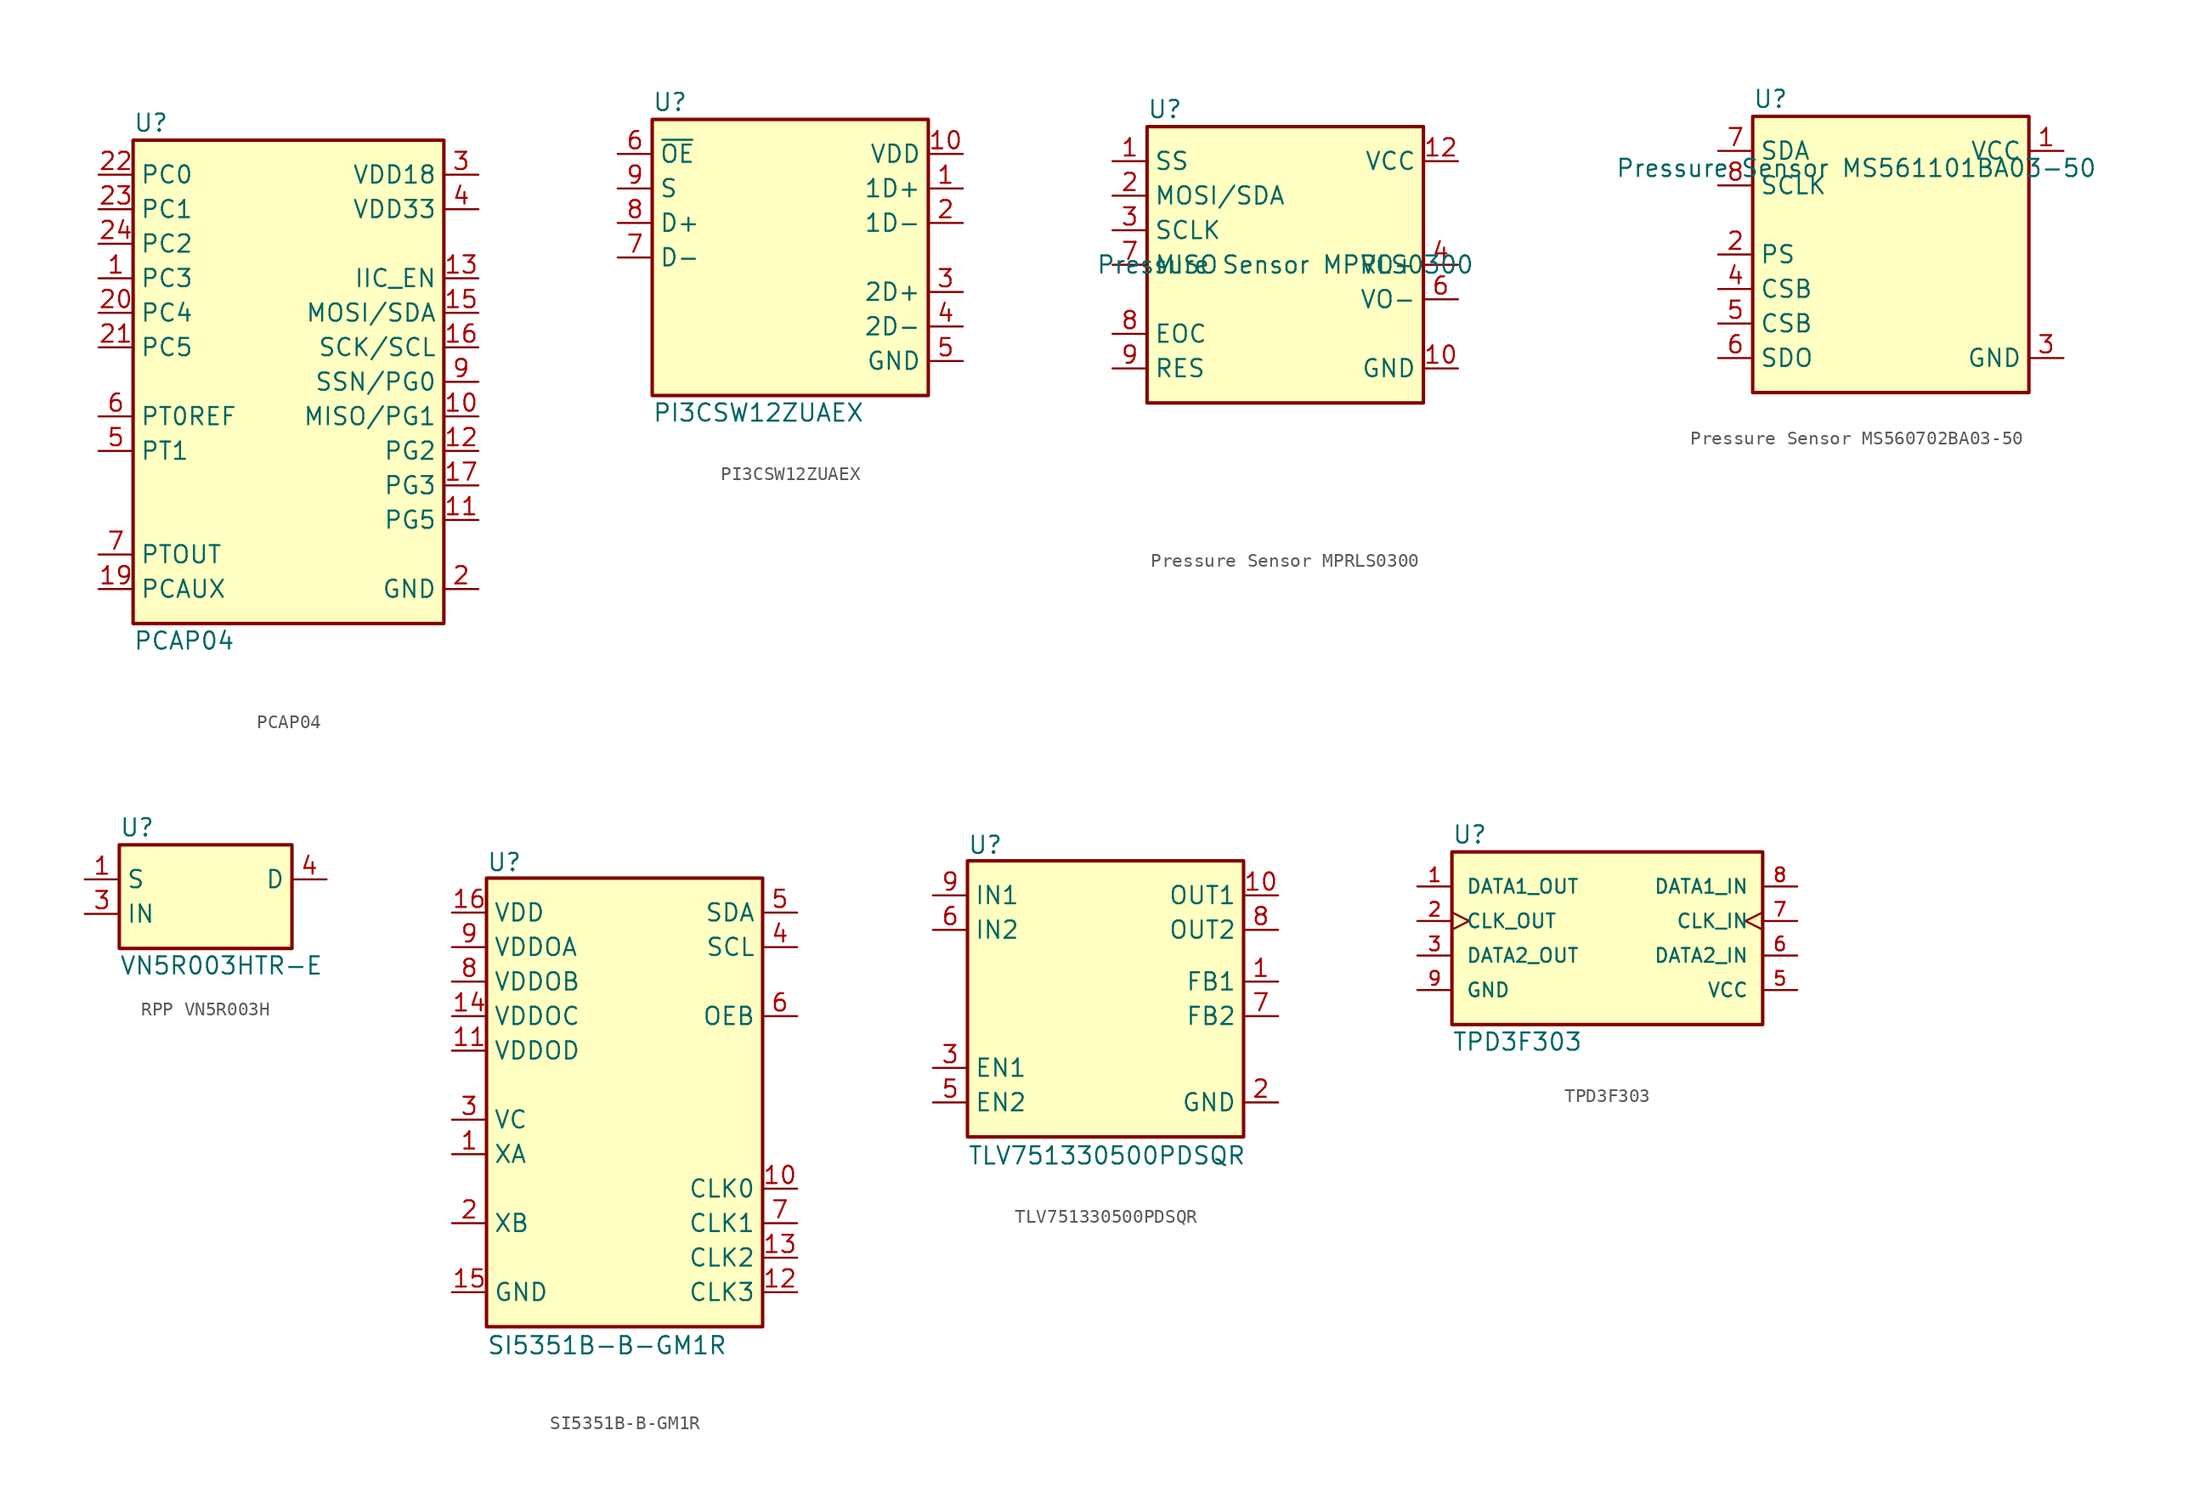
<source format=kicad_sym>
(kicad_symbol_lib
  (version 20241209)
  (generator "kicad_symbol_editor")
  (generator_version "9.0")
  (symbol "PCAP04"
    (property "Reference" "U"
      (at -11.43 19.05 0)
      (do_not_autoplace)
      (effects (font (size 1.27 1.27)) (justify left)))
    (property "Value" "PCAP04"
      (at -11.43 -19.05 0)
      (do_not_autoplace)
      (effects (font (size 1.27 1.27)) (justify left)))
    (symbol "PCAP04_0_1"
      (rectangle (start -11.43 17.78) (end 11.43 -17.78) (stroke (width 0.254) (type default)) (fill (type background))))
    (symbol "PCAP04_1_0"
      (pin input line (at -13.97 12.7 0) (length 2.54) (name "PC1" (effects (font (size 1.27 1.27)))) (number "23" (effects (font (size 1.27 1.27)))))
      (pin input line (at -13.97 10.16 0) (length 2.54) (name "PC2" (effects (font (size 1.27 1.27)))) (number "24" (effects (font (size 1.27 1.27)))))
      (pin input line (at -13.97 7.62 0) (length 2.54) (name "PC3" (effects (font (size 1.27 1.27)))) (number "1" (effects (font (size 1.27 1.27)))))
      (pin input line (at -13.97 5.08 0) (length 2.54) (name "PC4" (effects (font (size 1.27 1.27)))) (number "20" (effects (font (size 1.27 1.27)))))
      (pin input line (at -13.97 2.54 0) (length 2.54) (name "PC5" (effects (font (size 1.27 1.27)))) (number "21" (effects (font (size 1.27 1.27)))))
      (pin input line (at -13.97 -2.54 0) (length 2.54) (name "PT0REF" (effects (font (size 1.27 1.27)))) (number "6" (effects (font (size 1.27 1.27)))))
      (pin input line (at -13.97 -5.08 0) (length 2.54) (name "PT1" (effects (font (size 1.27 1.27)))) (number "5" (effects (font (size 1.27 1.27)))))
      (pin output line (at -13.97 -12.7 0) (length 2.54) (name "PTOUT" (effects (font (size 1.27 1.27)))) (number "7" (effects (font (size 1.27 1.27)))))
      (pin passive line (at -13.97 -15.24 0) (length 2.54) (name "PCAUX" (effects (font (size 1.27 1.27)))) (number "19" (effects (font (size 1.27 1.27)))))
      (pin power_in line (at 13.97 15.24 180) (length 2.54) (name "VDD18" (effects (font (size 1.27 1.27)))) (number "3" (effects (font (size 1.27 1.27)))))
      (pin power_in line (at 13.97 12.7 180) (length 2.54) (hide yes) (name "VDD33" (effects (font (size 1.27 1.27)))) (number "14" (effects (font (size 1.27 1.27)))))
      (pin power_in line (at 13.97 12.7 180) (length 2.54) (name "VDD33" (effects (font (size 1.27 1.27)))) (number "4" (effects (font (size 1.27 1.27)))))
      (pin input line (at 13.97 7.62 180) (length 2.54) (name "IIC_EN" (effects (font (size 1.27 1.27)))) (number "13" (effects (font (size 1.27 1.27)))))
      (pin bidirectional line (at 13.97 5.08 180) (length 2.54) (name "MOSI/SDA" (effects (font (size 1.27 1.27)))) (number "15" (effects (font (size 1.27 1.27)))))
      (pin input line (at 13.97 2.54 180) (length 2.54) (name "SCK/SCL" (effects (font (size 1.27 1.27)))) (number "16" (effects (font (size 1.27 1.27)))))
      (pin bidirectional line (at 13.97 0 180) (length 2.54) (name "SSN/PG0" (effects (font (size 1.27 1.27)))) (number "9" (effects (font (size 1.27 1.27)))))
      (pin bidirectional line (at 13.97 -2.54 180) (length 2.54) (name "MISO/PG1" (effects (font (size 1.27 1.27)))) (number "10" (effects (font (size 1.27 1.27)))))
      (pin bidirectional line (at 13.97 -5.08 180) (length 2.54) (name "PG2" (effects (font (size 1.27 1.27)))) (number "12" (effects (font (size 1.27 1.27)))))
      (pin bidirectional line (at 13.97 -7.62 180) (length 2.54) (name "PG3" (effects (font (size 1.27 1.27)))) (number "17" (effects (font (size 1.27 1.27)))))
      (pin bidirectional line (at 13.97 -10.16 180) (length 2.54) (name "PG5" (effects (font (size 1.27 1.27)))) (number "11" (effects (font (size 1.27 1.27)))))
      (pin power_in line (at 13.97 -15.24 180) (length 2.54) (name "GND" (effects (font (size 1.27 1.27)))) (number "2" (effects (font (size 1.27 1.27)))))
      (pin power_in line (at 13.97 -15.24 180) (length 2.54) (hide yes) (name "GND" (effects (font (size 1.27 1.27)))) (number "8" (effects (font (size 1.27 1.27))))))
    (symbol "PCAP04_1_1"
      (pin input line (at -13.97 15.24 0) (length 2.54) (name "PC0" (effects (font (size 1.27 1.27)))) (number "22" (effects (font (size 1.27 1.27)))))))
  (symbol "PI3CSW12ZUAEX"
    (property "Reference" "U"
      (at -10.16 11.43 0)
      (do_not_autoplace)
      (effects (font (size 1.27 1.27)) (justify left)))
    (property "Value" "PI3CSW12ZUAEX"
      (at -10.16 -11.43 0)
      (do_not_autoplace)
      (effects (font (size 1.27 1.27)) (justify left)))
    (symbol "PI3CSW12ZUAEX_0_0"
      (rectangle (start -10.16 10.16) (end 10.16 -10.16) (stroke (width 0.254) (type default)) (fill (type background))))
    (symbol "PI3CSW12ZUAEX_1_1"
      (pin input line (at -12.7 7.62 0) (length 2.54) (name "~{OE}" (effects (font (size 1.27 1.27)))) (number "6" (effects (font (size 1.27 1.27)))))
      (pin input line (at -12.7 5.08 0) (length 2.54) (name "S" (effects (font (size 1.27 1.27)))) (number "9" (effects (font (size 1.27 1.27)))))
      (pin bidirectional line (at -12.7 2.54 0) (length 2.54) (name "D+" (effects (font (size 1.27 1.27)))) (number "8" (effects (font (size 1.27 1.27)))))
      (pin bidirectional line (at -12.7 0 0) (length 2.54) (name "D-" (effects (font (size 1.27 1.27)))) (number "7" (effects (font (size 1.27 1.27)))))
      (pin power_in line (at 12.7 7.62 180) (length 2.54) (name "VDD" (effects (font (size 1.27 1.27)))) (number "10" (effects (font (size 1.27 1.27)))))
      (pin bidirectional line (at 12.7 5.08 180) (length 2.54) (name "1D+" (effects (font (size 1.27 1.27)))) (number "1" (effects (font (size 1.27 1.27)))))
      (pin bidirectional line (at 12.7 2.54 180) (length 2.54) (name "1D-" (effects (font (size 1.27 1.27)))) (number "2" (effects (font (size 1.27 1.27)))))
      (pin bidirectional line (at 12.7 -2.54 180) (length 2.54) (name "2D+" (effects (font (size 1.27 1.27)))) (number "3" (effects (font (size 1.27 1.27)))))
      (pin bidirectional line (at 12.7 -5.08 180) (length 2.54) (name "2D-" (effects (font (size 1.27 1.27)))) (number "4" (effects (font (size 1.27 1.27)))))
      (pin passive line (at 12.7 -7.62 180) (length 2.54) (name "GND" (effects (font (size 1.27 1.27)))) (number "5" (effects (font (size 1.27 1.27)))))))
  (symbol "Pressure Sensor MPRLS0300"
    (property "Reference" "U"
      (at -10.16 11.43 0)
      (effects (font (size 1.27 1.27)) (justify left)))
    (property "Value" "Pressure Sensor MPRLS0300"
      (at 0 0 0)
      (effects (font (size 1.27 1.27))))
    (symbol "Pressure Sensor MPRLS0300_1_0"
      (pin bidirectional line (at -12.7 5.08 0) (length 2.54) (name "MOSI/SDA" (effects (font (size 1.27 1.27)))) (number "2" (effects (font (size 1.27 1.27)))))
      (pin input line (at -12.7 2.54 0) (length 2.54) (name "SCLK" (effects (font (size 1.27 1.27)))) (number "3" (effects (font (size 1.27 1.27)))))
      (pin output line (at -12.7 0 0) (length 2.54) (name "MISO" (effects (font (size 1.27 1.27)))) (number "7" (effects (font (size 1.27 1.27)))))
      (pin output line (at -12.7 -5.08 0) (length 2.54) (name "EOC" (effects (font (size 1.27 1.27)))) (number "8" (effects (font (size 1.27 1.27)))))
      (pin input line (at -12.7 -7.62 0) (length 2.54) (name "RES" (effects (font (size 1.27 1.27)))) (number "9" (effects (font (size 1.27 1.27)))))
      (pin no_connect line (at 0 -15.875 0) (length 2.54) (hide yes) (name "NC" (effects (font (size 1.27 1.27)))) (number "5" (effects (font (size 1.27 1.27)))))
      (pin no_connect line (at 0 -17.78 0) (length 2.54) (hide yes) (name "NC" (effects (font (size 1.27 1.27)))) (number "11" (effects (font (size 1.27 1.27)))))
      (pin power_in line (at 12.7 7.62 180) (length 2.54) (name "VCC" (effects (font (size 1.27 1.27)))) (number "12" (effects (font (size 1.27 1.27)))))
      (pin passive line (at 12.7 0 180) (length 2.54) (name "VO+" (effects (font (size 1.27 1.27)))) (number "4" (effects (font (size 1.27 1.27)))))
      (pin passive line (at 12.7 -2.54 180) (length 2.54) (name "VO-" (effects (font (size 1.27 1.27)))) (number "6" (effects (font (size 1.27 1.27)))))
      (pin power_in line (at 12.7 -7.62 180) (length 2.54) (name "GND" (effects (font (size 1.27 1.27)))) (number "10" (effects (font (size 1.27 1.27))))))
    (symbol "Pressure Sensor MPRLS0300_1_1"
      (rectangle (start -10.16 10.16) (end 10.16 -10.16) (stroke (width 0.254) (type default)) (fill (type background)))
      (pin input line (at -12.7 7.62 0) (length 2.54) (name "SS" (effects (font (size 1.27 1.27)))) (number "1" (effects (font (size 1.27 1.27)))))))
  (symbol "Pressure Sensor MS560702BA03-50"
    (property "Reference" "U"
      (at -10.16 11.43 0)
      (effects (font (size 1.27 1.27)) (justify left)))
    (property "Value" "Pressure Sensor MS561101BA03-50"
      (at -2.54 6.35 0)
      (effects (font (size 1.27 1.27))))
    (symbol "Pressure Sensor MS560702BA03-50_1_0"
      (pin bidirectional line (at -12.7 7.62 0) (length 2.54) (name "SDA" (effects (font (size 1.27 1.27)))) (number "7" (effects (font (size 1.27 1.27)))))
      (pin input line (at -12.7 5.08 0) (length 2.54) (name "SCLK" (effects (font (size 1.27 1.27)))) (number "8" (effects (font (size 1.27 1.27)))))
      (pin input line (at -12.7 0 0) (length 2.54) (name "PS" (effects (font (size 1.27 1.27)))) (number "2" (effects (font (size 1.27 1.27)))))
      (pin input line (at -12.7 -2.54 0) (length 2.54) (name "CSB" (effects (font (size 1.27 1.27)))) (number "4" (effects (font (size 1.27 1.27)))))
      (pin input line (at -12.7 -5.08 0) (length 2.54) (name "CSB" (effects (font (size 1.27 1.27)))) (number "5" (effects (font (size 1.27 1.27)))))
      (pin output line (at -12.7 -7.62 0) (length 2.54) (name "SDO" (effects (font (size 1.27 1.27)))) (number "6" (effects (font (size 1.27 1.27)))))
      (pin power_in line (at 12.7 7.62 180) (length 2.54) (name "VCC" (effects (font (size 1.27 1.27)))) (number "1" (effects (font (size 1.27 1.27)))))
      (pin power_in line (at 12.7 -7.62 180) (length 2.54) (name "GND" (effects (font (size 1.27 1.27)))) (number "3" (effects (font (size 1.27 1.27))))))
    (symbol "Pressure Sensor MS560702BA03-50_1_1"
      (rectangle (start -10.16 10.16) (end 10.16 -10.16) (stroke (width 0.254) (type default)) (fill (type background)))))
  (symbol "RPP VN5R003H"
    (property "Reference" "U"
      (at -6.35 6.35 0)
      (do_not_autoplace)
      (effects (font (size 1.27 1.27)) (justify left)))
    (property "Value" "VN5R003HTR-E"
      (at -6.35 -3.81 0)
      (do_not_autoplace)
      (effects (font (size 1.27 1.27)) (justify left)))
    (symbol "RPP VN5R003H_0_0"
      (rectangle (start -6.35 5.08) (end 6.35 -2.54) (stroke (width 0.254) (type default)) (fill (type background))))
    (symbol "RPP VN5R003H_1_1"
      (pin power_in line (at -8.89 2.54 0) (length 2.54) (name "S" (effects (font (size 1.27 1.27)))) (number "1" (effects (font (size 1.27 1.27)))))
      (pin power_in line (at -8.89 2.54 0) (length 2.54) (hide yes) (name "S" (effects (font (size 1.27 1.27)))) (number "2" (effects (font (size 1.27 1.27)))))
      (pin power_in line (at -8.89 2.54 0) (length 2.54) (hide yes) (name "S" (effects (font (size 1.27 1.27)))) (number "4" (effects (font (size 1.27 1.27)))))
      (pin power_in line (at -8.89 2.54 0) (length 2.54) (hide yes) (name "S" (effects (font (size 1.27 1.27)))) (number "6" (effects (font (size 1.27 1.27)))))
      (pin power_in line (at -8.89 2.54 0) (length 2.54) (hide yes) (name "S" (effects (font (size 1.27 1.27)))) (number "7" (effects (font (size 1.27 1.27)))))
      (pin input line (at -8.89 0 0) (length 2.54) (name "IN" (effects (font (size 1.27 1.27)))) (number "3" (effects (font (size 1.27 1.27)))))
      (pin power_out line (at 8.89 2.54 180) (length 2.54) (name "D" (effects (font (size 1.27 1.27)))) (number "4" (effects (font (size 1.27 1.27)))))
      (pin power_out line (at 8.89 2.54 180) (length 2.54) (hide yes) (name "D" (effects (font (size 1.27 1.27)))) (number "8" (effects (font (size 1.27 1.27)))))
      (pin no_connect line (at 8.89 0 180) (length 2.54) (hide yes) (name "NC" (effects (font (size 1.27 1.27)))) (number "5" (effects (font (size 1.27 1.27)))))))
  (symbol "SI5351B-B-GM1R"
    (property "Reference" "U"
      (at -10.16 18.415 0)
      (do_not_autoplace)
      (effects (font (size 1.27 1.27)) (justify left top)))
    (property "Value" "SI5351B-B-GM1R"
      (at -10.16 -17.145 0)
      (do_not_autoplace)
      (effects (font (size 1.27 1.27)) (justify left top)))
    (symbol "SI5351B-B-GM1R_1_1"
      (rectangle (start -10.16 16.51) (end 10.16 -16.51) (stroke (width 0.254) (type default)) (fill (type background)))
      (pin passive line (at -12.7 13.97 0) (length 2.54) (name "VDD" (effects (font (size 1.27 1.27)))) (number "16" (effects (font (size 1.27 1.27)))))
      (pin passive line (at -12.7 11.43 0) (length 2.54) (name "VDDOA" (effects (font (size 1.27 1.27)))) (number "9" (effects (font (size 1.27 1.27)))))
      (pin passive line (at -12.7 8.89 0) (length 2.54) (name "VDDOB" (effects (font (size 1.27 1.27)))) (number "8" (effects (font (size 1.27 1.27)))))
      (pin passive line (at -12.7 6.35 0) (length 2.54) (name "VDDOC" (effects (font (size 1.27 1.27)))) (number "14" (effects (font (size 1.27 1.27)))))
      (pin passive line (at -12.7 3.81 0) (length 2.54) (name "VDDOD" (effects (font (size 1.27 1.27)))) (number "11" (effects (font (size 1.27 1.27)))))
      (pin passive line (at -12.7 -1.27 0) (length 2.54) (name "VC" (effects (font (size 1.27 1.27)))) (number "3" (effects (font (size 1.27 1.27)))))
      (pin passive line (at -12.7 -3.81 0) (length 2.54) (name "XA" (effects (font (size 1.27 1.27)))) (number "1" (effects (font (size 1.27 1.27)))))
      (pin passive line (at -12.7 -8.89 0) (length 2.54) (name "XB" (effects (font (size 1.27 1.27)))) (number "2" (effects (font (size 1.27 1.27)))))
      (pin passive line (at -12.7 -13.97 0) (length 2.54) (name "GND" (effects (font (size 1.27 1.27)))) (number "15" (effects (font (size 1.27 1.27)))))
      (pin passive line (at -12.7 -13.97 0) (length 2.54) (hide yes) (name "GND" (effects (font (size 1.27 1.27)))) (number "17" (effects (font (size 1.27 1.27)))))
      (pin passive line (at 12.7 13.97 180) (length 2.54) (name "SDA" (effects (font (size 1.27 1.27)))) (number "5" (effects (font (size 1.27 1.27)))))
      (pin passive line (at 12.7 11.43 180) (length 2.54) (name "SCL" (effects (font (size 1.27 1.27)))) (number "4" (effects (font (size 1.27 1.27)))))
      (pin passive line (at 12.7 6.35 180) (length 2.54) (name "OEB" (effects (font (size 1.27 1.27)))) (number "6" (effects (font (size 1.27 1.27)))))
      (pin passive line (at 12.7 -6.35 180) (length 2.54) (name "CLK0" (effects (font (size 1.27 1.27)))) (number "10" (effects (font (size 1.27 1.27)))))
      (pin passive line (at 12.7 -8.89 180) (length 2.54) (name "CLK1" (effects (font (size 1.27 1.27)))) (number "7" (effects (font (size 1.27 1.27)))))
      (pin passive line (at 12.7 -11.43 180) (length 2.54) (name "CLK2" (effects (font (size 1.27 1.27)))) (number "13" (effects (font (size 1.27 1.27)))))
      (pin passive line (at 12.7 -13.97 180) (length 2.54) (name "CLK3" (effects (font (size 1.27 1.27)))) (number "12" (effects (font (size 1.27 1.27)))))))
  (symbol "TLV751330500PDSQR"
    (property "Reference" "U"
      (at -10.16 12.065 0)
      (do_not_autoplace)
      (effects (font (size 1.27 1.27)) (justify left top)))
    (property "Value" "TLV751330500PDSQR"
      (at -10.16 -10.795 0)
      (do_not_autoplace)
      (effects (font (size 1.27 1.27)) (justify left top)))
    (symbol "TLV751330500PDSQR_1_1"
      (rectangle (start -10.16 10.16) (end 10.16 -10.16) (stroke (width 0.254) (type default)) (fill (type background)))
      (pin passive line (at -12.7 7.62 0) (length 2.54) (name "IN1" (effects (font (size 1.27 1.27)))) (number "9" (effects (font (size 1.27 1.27)))))
      (pin passive line (at -12.7 5.08 0) (length 2.54) (name "IN2" (effects (font (size 1.27 1.27)))) (number "6" (effects (font (size 1.27 1.27)))))
      (pin passive line (at -12.7 -5.08 0) (length 2.54) (name "EN1" (effects (font (size 1.27 1.27)))) (number "3" (effects (font (size 1.27 1.27)))))
      (pin passive line (at -12.7 -7.62 0) (length 2.54) (name "EN2" (effects (font (size 1.27 1.27)))) (number "5" (effects (font (size 1.27 1.27)))))
      (pin passive line (at 12.7 7.62 180) (length 2.54) (name "OUT1" (effects (font (size 1.27 1.27)))) (number "10" (effects (font (size 1.27 1.27)))))
      (pin passive line (at 12.7 5.08 180) (length 2.54) (name "OUT2" (effects (font (size 1.27 1.27)))) (number "8" (effects (font (size 1.27 1.27)))))
      (pin passive line (at 12.7 1.27 180) (length 2.54) (name "FB1" (effects (font (size 1.27 1.27)))) (number "1" (effects (font (size 1.27 1.27)))))
      (pin passive line (at 12.7 -1.27 180) (length 2.54) (name "FB2" (effects (font (size 1.27 1.27)))) (number "7" (effects (font (size 1.27 1.27)))))
      (pin passive line (at 12.7 -7.62 180) (length 2.54) (hide yes) (name "EP" (effects (font (size 1.27 1.27)))) (number "11" (effects (font (size 1.27 1.27)))))
      (pin passive line (at 12.7 -7.62 180) (length 2.54) (name "GND" (effects (font (size 1.27 1.27)))) (number "2" (effects (font (size 1.27 1.27)))))
      (pin passive line (at 12.7 -7.62 180) (length 2.54) (hide yes) (name "GND" (effects (font (size 1.27 1.27)))) (number "4" (effects (font (size 1.27 1.27)))))))
  (symbol "TPD3F303"
    (pin_names
      (offset 1.016))
    (property "Reference" "U"
      (at -11.43 7.62 0)
      (do_not_autoplace)
      (effects (font (size 1.27 1.27)) (justify left)))
    (property "Value" "TPD3F303"
      (at -11.43 -7.62 0)
      (do_not_autoplace)
      (effects (font (size 1.27 1.27)) (justify left)))
    (symbol "TPD3F303_0_0"
      (rectangle (start -11.43 6.35) (end 11.43 -6.35) (stroke (width 0.254) (type default)) (fill (type background)))
      (pin output line (at -13.97 3.81 0) (length 2.54) (name "DATA1_OUT" (effects (font (size 1.016 1.016)))) (number "1" (effects (font (size 1.016 1.016)))))
      (pin output clock (at -13.97 1.27 0) (length 2.54) (name "CLK_OUT" (effects (font (size 1.016 1.016)))) (number "2" (effects (font (size 1.016 1.016)))))
      (pin output line (at -13.97 -1.27 0) (length 2.54) (name "DATA2_OUT" (effects (font (size 1.016 1.016)))) (number "3" (effects (font (size 1.016 1.016)))))
      (pin power_in line (at -13.97 -3.81 0) (length 2.54) (name "GND" (effects (font (size 1.016 1.016)))) (number "9" (effects (font (size 1.016 1.016)))))
      (pin no_connect line (at 0 -8.89 90) (length 2.54) (hide yes) (name "NC" (effects (font (size 1.016 1.016)))) (number "4" (effects (font (size 1.016 1.016)))))
      (pin input line (at 13.97 3.81 180) (length 2.54) (name "DATA1_IN" (effects (font (size 1.016 1.016)))) (number "8" (effects (font (size 1.016 1.016)))))
      (pin input clock (at 13.97 1.27 180) (length 2.54) (name "CLK_IN" (effects (font (size 1.016 1.016)))) (number "7" (effects (font (size 1.016 1.016)))))
      (pin input line (at 13.97 -1.27 180) (length 2.54) (name "DATA2_IN" (effects (font (size 1.016 1.016)))) (number "6" (effects (font (size 1.016 1.016)))))
      (pin power_in line (at 13.97 -3.81 180) (length 2.54) (name "VCC" (effects (font (size 1.016 1.016)))) (number "5" (effects (font (size 1.016 1.016))))))))
</source>
